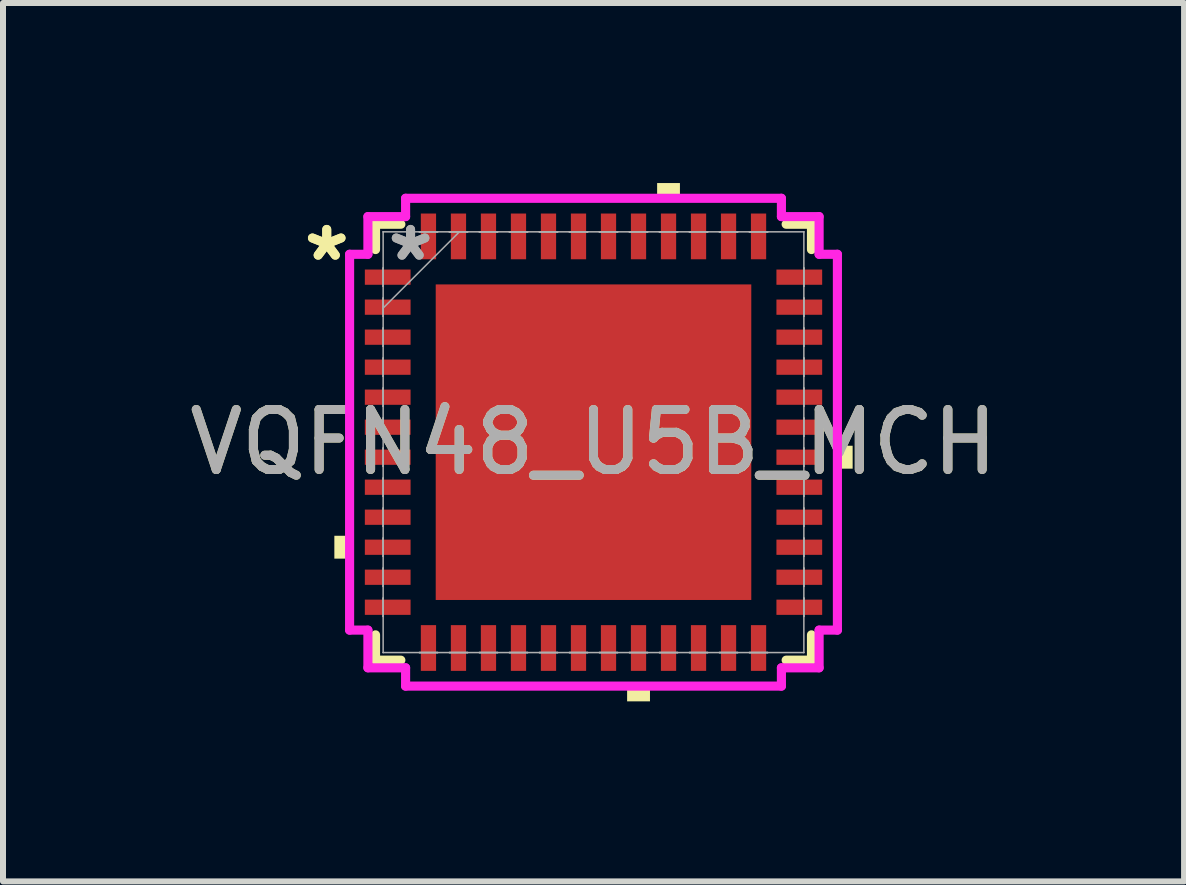
<source format=kicad_pcb>
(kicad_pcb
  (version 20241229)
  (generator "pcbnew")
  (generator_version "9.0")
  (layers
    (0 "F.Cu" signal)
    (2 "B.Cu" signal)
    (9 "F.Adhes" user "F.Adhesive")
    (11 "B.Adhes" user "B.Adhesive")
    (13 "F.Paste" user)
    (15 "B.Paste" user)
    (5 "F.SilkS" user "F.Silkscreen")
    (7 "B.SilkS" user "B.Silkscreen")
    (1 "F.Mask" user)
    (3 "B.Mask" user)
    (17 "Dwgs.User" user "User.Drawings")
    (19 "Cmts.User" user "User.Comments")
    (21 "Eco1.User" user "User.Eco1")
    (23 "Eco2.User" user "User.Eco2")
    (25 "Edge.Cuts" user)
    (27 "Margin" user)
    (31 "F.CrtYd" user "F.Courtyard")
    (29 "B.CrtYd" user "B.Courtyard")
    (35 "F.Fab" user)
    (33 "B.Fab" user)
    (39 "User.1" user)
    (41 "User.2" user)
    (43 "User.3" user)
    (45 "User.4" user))
  (footprint "VQFN48_U5B_MCH"
    (layer "F.Cu")
    (at 6.839 4.318)
    (property "Reference" "VQFN48_U5B_MCH" (at 0 0 0) (unlocked yes) (layer "F.SilkS") (effects (font (size 1 1) (thickness 0.15))))
    (attr smd)
    (fp_line (start -3.632 -3.632) (end -3.632 -3.21) (stroke (width 0.152) (type solid)) (layer "F.SilkS"))
    (fp_line (start -3.632 3.21) (end -3.632 3.632) (stroke (width 0.152) (type solid)) (layer "F.SilkS"))
    (fp_line (start -3.632 3.632) (end -3.21 3.632) (stroke (width 0.152) (type solid)) (layer "F.SilkS"))
    (fp_line (start -3.21 -3.632) (end -3.632 -3.632) (stroke (width 0.152) (type solid)) (layer "F.SilkS"))
    (fp_line (start 3.21 3.632) (end 3.632 3.632) (stroke (width 0.152) (type solid)) (layer "F.SilkS"))
    (fp_line (start 3.632 -3.632) (end 3.21 -3.632) (stroke (width 0.152) (type solid)) (layer "F.SilkS"))
    (fp_line (start 3.632 -3.21) (end 3.632 -3.632) (stroke (width 0.152) (type solid)) (layer "F.SilkS"))
    (fp_line (start 3.632 3.632) (end 3.632 3.21) (stroke (width 0.152) (type solid)) (layer "F.SilkS"))
    (fp_poly (pts (xy -4.318 1.559) (xy -4.318 1.94) (xy -4.064 1.94) (xy -4.064 1.559)) (stroke (width 0) (type solid)) (fill yes) (layer "F.SilkS"))
    (fp_poly (pts (xy 0.56 4.064) (xy 0.56 4.318) (xy 0.941 4.318) (xy 0.941 4.064)) (stroke (width 0) (type solid)) (fill yes) (layer "F.SilkS"))
    (fp_poly (pts (xy 1.06 -4.064) (xy 1.06 -4.318) (xy 1.44 -4.318) (xy 1.44 -4.064)) (stroke (width 0) (type solid)) (fill yes) (layer "F.SilkS"))
    (fp_poly (pts (xy 4.318 0.059) (xy 4.318 0.441) (xy 4.064 0.441) (xy 4.064 0.059)) (stroke (width 0) (type solid)) (fill yes) (layer "F.SilkS"))
    (fp_poly (pts (xy -2.529 -2.529) (xy -2.529 -1.414) (xy -1.414 -1.414) (xy -1.414 -2.529)) (stroke (width 0) (type solid)) (fill yes) (layer "F.Paste"))
    (fp_poly (pts (xy -2.529 -1.214) (xy -2.529 -0.1) (xy -1.414 -0.1) (xy -1.414 -1.214)) (stroke (width 0) (type solid)) (fill yes) (layer "F.Paste"))
    (fp_poly (pts (xy -2.529 0.1) (xy -2.529 1.214) (xy -1.414 1.214) (xy -1.414 0.1)) (stroke (width 0) (type solid)) (fill yes) (layer "F.Paste"))
    (fp_poly (pts (xy -2.529 1.414) (xy -2.529 2.529) (xy -1.414 2.529) (xy -1.414 1.414)) (stroke (width 0) (type solid)) (fill yes) (layer "F.Paste"))
    (fp_poly (pts (xy -1.214 -2.529) (xy -1.214 -1.414) (xy -0.1 -1.414) (xy -0.1 -2.529)) (stroke (width 0) (type solid)) (fill yes) (layer "F.Paste"))
    (fp_poly (pts (xy -1.214 -1.214) (xy -1.214 -0.1) (xy -0.1 -0.1) (xy -0.1 -1.214)) (stroke (width 0) (type solid)) (fill yes) (layer "F.Paste"))
    (fp_poly (pts (xy -1.214 0.1) (xy -1.214 1.214) (xy -0.1 1.214) (xy -0.1 0.1)) (stroke (width 0) (type solid)) (fill yes) (layer "F.Paste"))
    (fp_poly (pts (xy -1.214 1.414) (xy -1.214 2.529) (xy -0.1 2.529) (xy -0.1 1.414)) (stroke (width 0) (type solid)) (fill yes) (layer "F.Paste"))
    (fp_poly (pts (xy 0.1 -2.529) (xy 0.1 -1.414) (xy 1.214 -1.414) (xy 1.214 -2.529)) (stroke (width 0) (type solid)) (fill yes) (layer "F.Paste"))
    (fp_poly (pts (xy 0.1 -1.214) (xy 0.1 -0.1) (xy 1.214 -0.1) (xy 1.214 -1.214)) (stroke (width 0) (type solid)) (fill yes) (layer "F.Paste"))
    (fp_poly (pts (xy 0.1 0.1) (xy 0.1 1.214) (xy 1.214 1.214) (xy 1.214 0.1)) (stroke (width 0) (type solid)) (fill yes) (layer "F.Paste"))
    (fp_poly (pts (xy 0.1 1.414) (xy 0.1 2.529) (xy 1.214 2.529) (xy 1.214 1.414)) (stroke (width 0) (type solid)) (fill yes) (layer "F.Paste"))
    (fp_poly (pts (xy 1.414 -2.529) (xy 1.414 -1.414) (xy 2.529 -1.414) (xy 2.529 -2.529)) (stroke (width 0) (type solid)) (fill yes) (layer "F.Paste"))
    (fp_poly (pts (xy 1.414 -1.214) (xy 1.414 -0.1) (xy 2.529 -0.1) (xy 2.529 -1.214)) (stroke (width 0) (type solid)) (fill yes) (layer "F.Paste"))
    (fp_poly (pts (xy 1.414 0.1) (xy 1.414 1.214) (xy 2.529 1.214) (xy 2.529 0.1)) (stroke (width 0) (type solid)) (fill yes) (layer "F.Paste"))
    (fp_poly (pts (xy 1.414 1.414) (xy 1.414 2.529) (xy 2.529 2.529) (xy 2.529 1.414)) (stroke (width 0) (type solid)) (fill yes) (layer "F.Paste"))
    (fp_line (start -4.064 -3.131) (end -3.759 -3.131) (stroke (width 0.152) (type solid)) (layer "F.CrtYd"))
    (fp_line (start -4.064 3.131) (end -4.064 -3.131) (stroke (width 0.152) (type solid)) (layer "F.CrtYd"))
    (fp_line (start -3.759 -3.759) (end -3.131 -3.759) (stroke (width 0.152) (type solid)) (layer "F.CrtYd"))
    (fp_line (start -3.759 -3.131) (end -3.759 -3.759) (stroke (width 0.152) (type solid)) (layer "F.CrtYd"))
    (fp_line (start -3.759 3.131) (end -4.064 3.131) (stroke (width 0.152) (type solid)) (layer "F.CrtYd"))
    (fp_line (start -3.759 3.759) (end -3.759 3.131) (stroke (width 0.152) (type solid)) (layer "F.CrtYd"))
    (fp_line (start -3.131 -4.064) (end 3.131 -4.064) (stroke (width 0.152) (type solid)) (layer "F.CrtYd"))
    (fp_line (start -3.131 -3.759) (end -3.131 -4.064) (stroke (width 0.152) (type solid)) (layer "F.CrtYd"))
    (fp_line (start -3.131 3.759) (end -3.759 3.759) (stroke (width 0.152) (type solid)) (layer "F.CrtYd"))
    (fp_line (start -3.131 4.064) (end -3.131 3.759) (stroke (width 0.152) (type solid)) (layer "F.CrtYd"))
    (fp_line (start 3.131 -4.064) (end 3.131 -3.759) (stroke (width 0.152) (type solid)) (layer "F.CrtYd"))
    (fp_line (start 3.131 -3.759) (end 3.759 -3.759) (stroke (width 0.152) (type solid)) (layer "F.CrtYd"))
    (fp_line (start 3.131 3.759) (end 3.131 4.064) (stroke (width 0.152) (type solid)) (layer "F.CrtYd"))
    (fp_line (start 3.131 4.064) (end -3.131 4.064) (stroke (width 0.152) (type solid)) (layer "F.CrtYd"))
    (fp_line (start 3.759 -3.759) (end 3.759 -3.131) (stroke (width 0.152) (type solid)) (layer "F.CrtYd"))
    (fp_line (start 3.759 -3.131) (end 4.064 -3.131) (stroke (width 0.152) (type solid)) (layer "F.CrtYd"))
    (fp_line (start 3.759 3.131) (end 3.759 3.759) (stroke (width 0.152) (type solid)) (layer "F.CrtYd"))
    (fp_line (start 3.759 3.759) (end 3.131 3.759) (stroke (width 0.152) (type solid)) (layer "F.CrtYd"))
    (fp_line (start 4.064 -3.131) (end 4.064 3.131) (stroke (width 0.152) (type solid)) (layer "F.CrtYd"))
    (fp_line (start 4.064 3.131) (end 3.759 3.131) (stroke (width 0.152) (type solid)) (layer "F.CrtYd"))
    (fp_line (start -3.505 -3.505) (end -3.505 -3.505) (stroke (width 0.025) (type solid)) (layer "F.Fab"))
    (fp_line (start -3.505 -3.505) (end -3.505 3.505) (stroke (width 0.025) (type solid)) (layer "F.Fab"))
    (fp_line (start -3.505 -2.902) (end -3.505 -2.902) (stroke (width 0.025) (type solid)) (layer "F.Fab"))
    (fp_line (start -3.505 -2.902) (end -3.505 -2.598) (stroke (width 0.025) (type solid)) (layer "F.Fab"))
    (fp_line (start -3.505 -2.598) (end -3.505 -2.902) (stroke (width 0.025) (type solid)) (layer "F.Fab"))
    (fp_line (start -3.505 -2.598) (end -3.505 -2.598) (stroke (width 0.025) (type solid)) (layer "F.Fab"))
    (fp_line (start -3.505 -2.402) (end -3.505 -2.402) (stroke (width 0.025) (type solid)) (layer "F.Fab"))
    (fp_line (start -3.505 -2.402) (end -3.505 -2.098) (stroke (width 0.025) (type solid)) (layer "F.Fab"))
    (fp_line (start -3.505 -2.235) (end -2.235 -3.505) (stroke (width 0.025) (type solid)) (layer "F.Fab"))
    (fp_line (start -3.505 -2.098) (end -3.505 -2.402) (stroke (width 0.025) (type solid)) (layer "F.Fab"))
    (fp_line (start -3.505 -2.098) (end -3.505 -2.098) (stroke (width 0.025) (type solid)) (layer "F.Fab"))
    (fp_line (start -3.505 -1.902) (end -3.505 -1.902) (stroke (width 0.025) (type solid)) (layer "F.Fab"))
    (fp_line (start -3.505 -1.902) (end -3.505 -1.598) (stroke (width 0.025) (type solid)) (layer "F.Fab"))
    (fp_line (start -3.505 -1.598) (end -3.505 -1.902) (stroke (width 0.025) (type solid)) (layer "F.Fab"))
    (fp_line (start -3.505 -1.598) (end -3.505 -1.598) (stroke (width 0.025) (type solid)) (layer "F.Fab"))
    (fp_line (start -3.505 -1.402) (end -3.505 -1.402) (stroke (width 0.025) (type solid)) (layer "F.Fab"))
    (fp_line (start -3.505 -1.402) (end -3.505 -1.098) (stroke (width 0.025) (type solid)) (layer "F.Fab"))
    (fp_line (start -3.505 -1.098) (end -3.505 -1.402) (stroke (width 0.025) (type solid)) (layer "F.Fab"))
    (fp_line (start -3.505 -1.098) (end -3.505 -1.098) (stroke (width 0.025) (type solid)) (layer "F.Fab"))
    (fp_line (start -3.505 -0.902) (end -3.505 -0.902) (stroke (width 0.025) (type solid)) (layer "F.Fab"))
    (fp_line (start -3.505 -0.902) (end -3.505 -0.598) (stroke (width 0.025) (type solid)) (layer "F.Fab"))
    (fp_line (start -3.505 -0.598) (end -3.505 -0.902) (stroke (width 0.025) (type solid)) (layer "F.Fab"))
    (fp_line (start -3.505 -0.598) (end -3.505 -0.598) (stroke (width 0.025) (type solid)) (layer "F.Fab"))
    (fp_line (start -3.505 -0.402) (end -3.505 -0.402) (stroke (width 0.025) (type solid)) (layer "F.Fab"))
    (fp_line (start -3.505 -0.402) (end -3.505 -0.098) (stroke (width 0.025) (type solid)) (layer "F.Fab"))
    (fp_line (start -3.505 -0.098) (end -3.505 -0.402) (stroke (width 0.025) (type solid)) (layer "F.Fab"))
    (fp_line (start -3.505 -0.098) (end -3.505 -0.098) (stroke (width 0.025) (type solid)) (layer "F.Fab"))
    (fp_line (start -3.505 0.098) (end -3.505 0.098) (stroke (width 0.025) (type solid)) (layer "F.Fab"))
    (fp_line (start -3.505 0.098) (end -3.505 0.402) (stroke (width 0.025) (type solid)) (layer "F.Fab"))
    (fp_line (start -3.505 0.402) (end -3.505 0.098) (stroke (width 0.025) (type solid)) (layer "F.Fab"))
    (fp_line (start -3.505 0.402) (end -3.505 0.402) (stroke (width 0.025) (type solid)) (layer "F.Fab"))
    (fp_line (start -3.505 0.598) (end -3.505 0.598) (stroke (width 0.025) (type solid)) (layer "F.Fab"))
    (fp_line (start -3.505 0.598) (end -3.505 0.902) (stroke (width 0.025) (type solid)) (layer "F.Fab"))
    (fp_line (start -3.505 0.902) (end -3.505 0.598) (stroke (width 0.025) (type solid)) (layer "F.Fab"))
    (fp_line (start -3.505 0.902) (end -3.505 0.902) (stroke (width 0.025) (type solid)) (layer "F.Fab"))
    (fp_line (start -3.505 1.098) (end -3.505 1.098) (stroke (width 0.025) (type solid)) (layer "F.Fab"))
    (fp_line (start -3.505 1.098) (end -3.505 1.402) (stroke (width 0.025) (type solid)) (layer "F.Fab"))
    (fp_line (start -3.505 1.402) (end -3.505 1.098) (stroke (width 0.025) (type solid)) (layer "F.Fab"))
    (fp_line (start -3.505 1.402) (end -3.505 1.402) (stroke (width 0.025) (type solid)) (layer "F.Fab"))
    (fp_line (start -3.505 1.598) (end -3.505 1.598) (stroke (width 0.025) (type solid)) (layer "F.Fab"))
    (fp_line (start -3.505 1.598) (end -3.505 1.902) (stroke (width 0.025) (type solid)) (layer "F.Fab"))
    (fp_line (start -3.505 1.902) (end -3.505 1.598) (stroke (width 0.025) (type solid)) (layer "F.Fab"))
    (fp_line (start -3.505 1.902) (end -3.505 1.902) (stroke (width 0.025) (type solid)) (layer "F.Fab"))
    (fp_line (start -3.505 2.098) (end -3.505 2.098) (stroke (width 0.025) (type solid)) (layer "F.Fab"))
    (fp_line (start -3.505 2.098) (end -3.505 2.402) (stroke (width 0.025) (type solid)) (layer "F.Fab"))
    (fp_line (start -3.505 2.402) (end -3.505 2.098) (stroke (width 0.025) (type solid)) (layer "F.Fab"))
    (fp_line (start -3.505 2.402) (end -3.505 2.402) (stroke (width 0.025) (type solid)) (layer "F.Fab"))
    (fp_line (start -3.505 2.598) (end -3.505 2.598) (stroke (width 0.025) (type solid)) (layer "F.Fab"))
    (fp_line (start -3.505 2.598) (end -3.505 2.902) (stroke (width 0.025) (type solid)) (layer "F.Fab"))
    (fp_line (start -3.505 2.902) (end -3.505 2.598) (stroke (width 0.025) (type solid)) (layer "F.Fab"))
    (fp_line (start -3.505 2.902) (end -3.505 2.902) (stroke (width 0.025) (type solid)) (layer "F.Fab"))
    (fp_line (start -3.505 3.505) (end -3.505 3.505) (stroke (width 0.025) (type solid)) (layer "F.Fab"))
    (fp_line (start -3.505 3.505) (end 3.505 3.505) (stroke (width 0.025) (type solid)) (layer "F.Fab"))
    (fp_line (start -2.902 -3.505) (end -2.902 -3.505) (stroke (width 0.025) (type solid)) (layer "F.Fab"))
    (fp_line (start -2.902 -3.505) (end -2.598 -3.505) (stroke (width 0.025) (type solid)) (layer "F.Fab"))
    (fp_line (start -2.902 3.505) (end -2.902 3.505) (stroke (width 0.025) (type solid)) (layer "F.Fab"))
    (fp_line (start -2.902 3.505) (end -2.598 3.505) (stroke (width 0.025) (type solid)) (layer "F.Fab"))
    (fp_line (start -2.598 -3.505) (end -2.902 -3.505) (stroke (width 0.025) (type solid)) (layer "F.Fab"))
    (fp_line (start -2.598 -3.505) (end -2.598 -3.505) (stroke (width 0.025) (type solid)) (layer "F.Fab"))
    (fp_line (start -2.598 3.505) (end -2.902 3.505) (stroke (width 0.025) (type solid)) (layer "F.Fab"))
    (fp_line (start -2.598 3.505) (end -2.598 3.505) (stroke (width 0.025) (type solid)) (layer "F.Fab"))
    (fp_line (start -2.402 -3.505) (end -2.402 -3.505) (stroke (width 0.025) (type solid)) (layer "F.Fab"))
    (fp_line (start -2.402 -3.505) (end -2.098 -3.505) (stroke (width 0.025) (type solid)) (layer "F.Fab"))
    (fp_line (start -2.402 3.505) (end -2.402 3.505) (stroke (width 0.025) (type solid)) (layer "F.Fab"))
    (fp_line (start -2.402 3.505) (end -2.098 3.505) (stroke (width 0.025) (type solid)) (layer "F.Fab"))
    (fp_line (start -2.098 -3.505) (end -2.402 -3.505) (stroke (width 0.025) (type solid)) (layer "F.Fab"))
    (fp_line (start -2.098 -3.505) (end -2.098 -3.505) (stroke (width 0.025) (type solid)) (layer "F.Fab"))
    (fp_line (start -2.098 3.505) (end -2.402 3.505) (stroke (width 0.025) (type solid)) (layer "F.Fab"))
    (fp_line (start -2.098 3.505) (end -2.098 3.505) (stroke (width 0.025) (type solid)) (layer "F.Fab"))
    (fp_line (start -1.902 -3.505) (end -1.902 -3.505) (stroke (width 0.025) (type solid)) (layer "F.Fab"))
    (fp_line (start -1.902 -3.505) (end -1.598 -3.505) (stroke (width 0.025) (type solid)) (layer "F.Fab"))
    (fp_line (start -1.902 3.505) (end -1.902 3.505) (stroke (width 0.025) (type solid)) (layer "F.Fab"))
    (fp_line (start -1.902 3.505) (end -1.598 3.505) (stroke (width 0.025) (type solid)) (layer "F.Fab"))
    (fp_line (start -1.598 -3.505) (end -1.902 -3.505) (stroke (width 0.025) (type solid)) (layer "F.Fab"))
    (fp_line (start -1.598 -3.505) (end -1.598 -3.505) (stroke (width 0.025) (type solid)) (layer "F.Fab"))
    (fp_line (start -1.598 3.505) (end -1.902 3.505) (stroke (width 0.025) (type solid)) (layer "F.Fab"))
    (fp_line (start -1.598 3.505) (end -1.598 3.505) (stroke (width 0.025) (type solid)) (layer "F.Fab"))
    (fp_line (start -1.402 -3.505) (end -1.402 -3.505) (stroke (width 0.025) (type solid)) (layer "F.Fab"))
    (fp_line (start -1.402 -3.505) (end -1.098 -3.505) (stroke (width 0.025) (type solid)) (layer "F.Fab"))
    (fp_line (start -1.402 3.505) (end -1.402 3.505) (stroke (width 0.025) (type solid)) (layer "F.Fab"))
    (fp_line (start -1.402 3.505) (end -1.098 3.505) (stroke (width 0.025) (type solid)) (layer "F.Fab"))
    (fp_line (start -1.098 -3.505) (end -1.402 -3.505) (stroke (width 0.025) (type solid)) (layer "F.Fab"))
    (fp_line (start -1.098 -3.505) (end -1.098 -3.505) (stroke (width 0.025) (type solid)) (layer "F.Fab"))
    (fp_line (start -1.098 3.505) (end -1.402 3.505) (stroke (width 0.025) (type solid)) (layer "F.Fab"))
    (fp_line (start -1.098 3.505) (end -1.098 3.505) (stroke (width 0.025) (type solid)) (layer "F.Fab"))
    (fp_line (start -0.902 -3.505) (end -0.902 -3.505) (stroke (width 0.025) (type solid)) (layer "F.Fab"))
    (fp_line (start -0.902 -3.505) (end -0.598 -3.505) (stroke (width 0.025) (type solid)) (layer "F.Fab"))
    (fp_line (start -0.902 3.505) (end -0.902 3.505) (stroke (width 0.025) (type solid)) (layer "F.Fab"))
    (fp_line (start -0.902 3.505) (end -0.598 3.505) (stroke (width 0.025) (type solid)) (layer "F.Fab"))
    (fp_line (start -0.598 -3.505) (end -0.902 -3.505) (stroke (width 0.025) (type solid)) (layer "F.Fab"))
    (fp_line (start -0.598 -3.505) (end -0.598 -3.505) (stroke (width 0.025) (type solid)) (layer "F.Fab"))
    (fp_line (start -0.598 3.505) (end -0.902 3.505) (stroke (width 0.025) (type solid)) (layer "F.Fab"))
    (fp_line (start -0.598 3.505) (end -0.598 3.505) (stroke (width 0.025) (type solid)) (layer "F.Fab"))
    (fp_line (start -0.402 -3.505) (end -0.402 -3.505) (stroke (width 0.025) (type solid)) (layer "F.Fab"))
    (fp_line (start -0.402 -3.505) (end -0.098 -3.505) (stroke (width 0.025) (type solid)) (layer "F.Fab"))
    (fp_line (start -0.402 3.505) (end -0.402 3.505) (stroke (width 0.025) (type solid)) (layer "F.Fab"))
    (fp_line (start -0.402 3.505) (end -0.098 3.505) (stroke (width 0.025) (type solid)) (layer "F.Fab"))
    (fp_line (start -0.098 -3.505) (end -0.402 -3.505) (stroke (width 0.025) (type solid)) (layer "F.Fab"))
    (fp_line (start -0.098 -3.505) (end -0.098 -3.505) (stroke (width 0.025) (type solid)) (layer "F.Fab"))
    (fp_line (start -0.098 3.505) (end -0.402 3.505) (stroke (width 0.025) (type solid)) (layer "F.Fab"))
    (fp_line (start -0.098 3.505) (end -0.098 3.505) (stroke (width 0.025) (type solid)) (layer "F.Fab"))
    (fp_line (start 0.098 -3.505) (end 0.098 -3.505) (stroke (width 0.025) (type solid)) (layer "F.Fab"))
    (fp_line (start 0.098 -3.505) (end 0.402 -3.505) (stroke (width 0.025) (type solid)) (layer "F.Fab"))
    (fp_line (start 0.098 3.505) (end 0.098 3.505) (stroke (width 0.025) (type solid)) (layer "F.Fab"))
    (fp_line (start 0.098 3.505) (end 0.402 3.505) (stroke (width 0.025) (type solid)) (layer "F.Fab"))
    (fp_line (start 0.402 -3.505) (end 0.098 -3.505) (stroke (width 0.025) (type solid)) (layer "F.Fab"))
    (fp_line (start 0.402 -3.505) (end 0.402 -3.505) (stroke (width 0.025) (type solid)) (layer "F.Fab"))
    (fp_line (start 0.402 3.505) (end 0.098 3.505) (stroke (width 0.025) (type solid)) (layer "F.Fab"))
    (fp_line (start 0.402 3.505) (end 0.402 3.505) (stroke (width 0.025) (type solid)) (layer "F.Fab"))
    (fp_line (start 0.598 -3.505) (end 0.598 -3.505) (stroke (width 0.025) (type solid)) (layer "F.Fab"))
    (fp_line (start 0.598 -3.505) (end 0.902 -3.505) (stroke (width 0.025) (type solid)) (layer "F.Fab"))
    (fp_line (start 0.598 3.505) (end 0.598 3.505) (stroke (width 0.025) (type solid)) (layer "F.Fab"))
    (fp_line (start 0.598 3.505) (end 0.902 3.505) (stroke (width 0.025) (type solid)) (layer "F.Fab"))
    (fp_line (start 0.902 -3.505) (end 0.598 -3.505) (stroke (width 0.025) (type solid)) (layer "F.Fab"))
    (fp_line (start 0.902 -3.505) (end 0.902 -3.505) (stroke (width 0.025) (type solid)) (layer "F.Fab"))
    (fp_line (start 0.902 3.505) (end 0.598 3.505) (stroke (width 0.025) (type solid)) (layer "F.Fab"))
    (fp_line (start 0.902 3.505) (end 0.902 3.505) (stroke (width 0.025) (type solid)) (layer "F.Fab"))
    (fp_line (start 1.098 -3.505) (end 1.098 -3.505) (stroke (width 0.025) (type solid)) (layer "F.Fab"))
    (fp_line (start 1.098 -3.505) (end 1.402 -3.505) (stroke (width 0.025) (type solid)) (layer "F.Fab"))
    (fp_line (start 1.098 3.505) (end 1.098 3.505) (stroke (width 0.025) (type solid)) (layer "F.Fab"))
    (fp_line (start 1.098 3.505) (end 1.402 3.505) (stroke (width 0.025) (type solid)) (layer "F.Fab"))
    (fp_line (start 1.402 -3.505) (end 1.098 -3.505) (stroke (width 0.025) (type solid)) (layer "F.Fab"))
    (fp_line (start 1.402 -3.505) (end 1.402 -3.505) (stroke (width 0.025) (type solid)) (layer "F.Fab"))
    (fp_line (start 1.402 3.505) (end 1.098 3.505) (stroke (width 0.025) (type solid)) (layer "F.Fab"))
    (fp_line (start 1.402 3.505) (end 1.402 3.505) (stroke (width 0.025) (type solid)) (layer "F.Fab"))
    (fp_line (start 1.598 -3.505) (end 1.598 -3.505) (stroke (width 0.025) (type solid)) (layer "F.Fab"))
    (fp_line (start 1.598 -3.505) (end 1.902 -3.505) (stroke (width 0.025) (type solid)) (layer "F.Fab"))
    (fp_line (start 1.598 3.505) (end 1.598 3.505) (stroke (width 0.025) (type solid)) (layer "F.Fab"))
    (fp_line (start 1.598 3.505) (end 1.902 3.505) (stroke (width 0.025) (type solid)) (layer "F.Fab"))
    (fp_line (start 1.902 -3.505) (end 1.598 -3.505) (stroke (width 0.025) (type solid)) (layer "F.Fab"))
    (fp_line (start 1.902 -3.505) (end 1.902 -3.505) (stroke (width 0.025) (type solid)) (layer "F.Fab"))
    (fp_line (start 1.902 3.505) (end 1.598 3.505) (stroke (width 0.025) (type solid)) (layer "F.Fab"))
    (fp_line (start 1.902 3.505) (end 1.902 3.505) (stroke (width 0.025) (type solid)) (layer "F.Fab"))
    (fp_line (start 2.098 -3.505) (end 2.098 -3.505) (stroke (width 0.025) (type solid)) (layer "F.Fab"))
    (fp_line (start 2.098 -3.505) (end 2.402 -3.505) (stroke (width 0.025) (type solid)) (layer "F.Fab"))
    (fp_line (start 2.098 3.505) (end 2.098 3.505) (stroke (width 0.025) (type solid)) (layer "F.Fab"))
    (fp_line (start 2.098 3.505) (end 2.402 3.505) (stroke (width 0.025) (type solid)) (layer "F.Fab"))
    (fp_line (start 2.402 -3.505) (end 2.098 -3.505) (stroke (width 0.025) (type solid)) (layer "F.Fab"))
    (fp_line (start 2.402 -3.505) (end 2.402 -3.505) (stroke (width 0.025) (type solid)) (layer "F.Fab"))
    (fp_line (start 2.402 3.505) (end 2.098 3.505) (stroke (width 0.025) (type solid)) (layer "F.Fab"))
    (fp_line (start 2.402 3.505) (end 2.402 3.505) (stroke (width 0.025) (type solid)) (layer "F.Fab"))
    (fp_line (start 2.598 -3.505) (end 2.598 -3.505) (stroke (width 0.025) (type solid)) (layer "F.Fab"))
    (fp_line (start 2.598 -3.505) (end 2.902 -3.505) (stroke (width 0.025) (type solid)) (layer "F.Fab"))
    (fp_line (start 2.598 3.505) (end 2.598 3.505) (stroke (width 0.025) (type solid)) (layer "F.Fab"))
    (fp_line (start 2.598 3.505) (end 2.902 3.505) (stroke (width 0.025) (type solid)) (layer "F.Fab"))
    (fp_line (start 2.902 -3.505) (end 2.598 -3.505) (stroke (width 0.025) (type solid)) (layer "F.Fab"))
    (fp_line (start 2.902 -3.505) (end 2.902 -3.505) (stroke (width 0.025) (type solid)) (layer "F.Fab"))
    (fp_line (start 2.902 3.505) (end 2.598 3.505) (stroke (width 0.025) (type solid)) (layer "F.Fab"))
    (fp_line (start 2.902 3.505) (end 2.902 3.505) (stroke (width 0.025) (type solid)) (layer "F.Fab"))
    (fp_line (start 3.505 -3.505) (end -3.505 -3.505) (stroke (width 0.025) (type solid)) (layer "F.Fab"))
    (fp_line (start 3.505 -3.505) (end 3.505 -3.505) (stroke (width 0.025) (type solid)) (layer "F.Fab"))
    (fp_line (start 3.505 -2.902) (end 3.505 -2.902) (stroke (width 0.025) (type solid)) (layer "F.Fab"))
    (fp_line (start 3.505 -2.902) (end 3.505 -2.598) (stroke (width 0.025) (type solid)) (layer "F.Fab"))
    (fp_line (start 3.505 -2.598) (end 3.505 -2.902) (stroke (width 0.025) (type solid)) (layer "F.Fab"))
    (fp_line (start 3.505 -2.598) (end 3.505 -2.598) (stroke (width 0.025) (type solid)) (layer "F.Fab"))
    (fp_line (start 3.505 -2.402) (end 3.505 -2.402) (stroke (width 0.025) (type solid)) (layer "F.Fab"))
    (fp_line (start 3.505 -2.402) (end 3.505 -2.098) (stroke (width 0.025) (type solid)) (layer "F.Fab"))
    (fp_line (start 3.505 -2.098) (end 3.505 -2.402) (stroke (width 0.025) (type solid)) (layer "F.Fab"))
    (fp_line (start 3.505 -2.098) (end 3.505 -2.098) (stroke (width 0.025) (type solid)) (layer "F.Fab"))
    (fp_line (start 3.505 -1.902) (end 3.505 -1.902) (stroke (width 0.025) (type solid)) (layer "F.Fab"))
    (fp_line (start 3.505 -1.902) (end 3.505 -1.598) (stroke (width 0.025) (type solid)) (layer "F.Fab"))
    (fp_line (start 3.505 -1.598) (end 3.505 -1.902) (stroke (width 0.025) (type solid)) (layer "F.Fab"))
    (fp_line (start 3.505 -1.598) (end 3.505 -1.598) (stroke (width 0.025) (type solid)) (layer "F.Fab"))
    (fp_line (start 3.505 -1.402) (end 3.505 -1.402) (stroke (width 0.025) (type solid)) (layer "F.Fab"))
    (fp_line (start 3.505 -1.402) (end 3.505 -1.098) (stroke (width 0.025) (type solid)) (layer "F.Fab"))
    (fp_line (start 3.505 -1.098) (end 3.505 -1.402) (stroke (width 0.025) (type solid)) (layer "F.Fab"))
    (fp_line (start 3.505 -1.098) (end 3.505 -1.098) (stroke (width 0.025) (type solid)) (layer "F.Fab"))
    (fp_line (start 3.505 -0.902) (end 3.505 -0.902) (stroke (width 0.025) (type solid)) (layer "F.Fab"))
    (fp_line (start 3.505 -0.902) (end 3.505 -0.598) (stroke (width 0.025) (type solid)) (layer "F.Fab"))
    (fp_line (start 3.505 -0.598) (end 3.505 -0.902) (stroke (width 0.025) (type solid)) (layer "F.Fab"))
    (fp_line (start 3.505 -0.598) (end 3.505 -0.598) (stroke (width 0.025) (type solid)) (layer "F.Fab"))
    (fp_line (start 3.505 -0.402) (end 3.505 -0.402) (stroke (width 0.025) (type solid)) (layer "F.Fab"))
    (fp_line (start 3.505 -0.402) (end 3.505 -0.098) (stroke (width 0.025) (type solid)) (layer "F.Fab"))
    (fp_line (start 3.505 -0.098) (end 3.505 -0.402) (stroke (width 0.025) (type solid)) (layer "F.Fab"))
    (fp_line (start 3.505 -0.098) (end 3.505 -0.098) (stroke (width 0.025) (type solid)) (layer "F.Fab"))
    (fp_line (start 3.505 0.098) (end 3.505 0.098) (stroke (width 0.025) (type solid)) (layer "F.Fab"))
    (fp_line (start 3.505 0.098) (end 3.505 0.402) (stroke (width 0.025) (type solid)) (layer "F.Fab"))
    (fp_line (start 3.505 0.402) (end 3.505 0.098) (stroke (width 0.025) (type solid)) (layer "F.Fab"))
    (fp_line (start 3.505 0.402) (end 3.505 0.402) (stroke (width 0.025) (type solid)) (layer "F.Fab"))
    (fp_line (start 3.505 0.598) (end 3.505 0.598) (stroke (width 0.025) (type solid)) (layer "F.Fab"))
    (fp_line (start 3.505 0.598) (end 3.505 0.902) (stroke (width 0.025) (type solid)) (layer "F.Fab"))
    (fp_line (start 3.505 0.902) (end 3.505 0.598) (stroke (width 0.025) (type solid)) (layer "F.Fab"))
    (fp_line (start 3.505 0.902) (end 3.505 0.902) (stroke (width 0.025) (type solid)) (layer "F.Fab"))
    (fp_line (start 3.505 1.098) (end 3.505 1.098) (stroke (width 0.025) (type solid)) (layer "F.Fab"))
    (fp_line (start 3.505 1.098) (end 3.505 1.402) (stroke (width 0.025) (type solid)) (layer "F.Fab"))
    (fp_line (start 3.505 1.402) (end 3.505 1.098) (stroke (width 0.025) (type solid)) (layer "F.Fab"))
    (fp_line (start 3.505 1.402) (end 3.505 1.402) (stroke (width 0.025) (type solid)) (layer "F.Fab"))
    (fp_line (start 3.505 1.598) (end 3.505 1.598) (stroke (width 0.025) (type solid)) (layer "F.Fab"))
    (fp_line (start 3.505 1.598) (end 3.505 1.902) (stroke (width 0.025) (type solid)) (layer "F.Fab"))
    (fp_line (start 3.505 1.902) (end 3.505 1.598) (stroke (width 0.025) (type solid)) (layer "F.Fab"))
    (fp_line (start 3.505 1.902) (end 3.505 1.902) (stroke (width 0.025) (type solid)) (layer "F.Fab"))
    (fp_line (start 3.505 2.098) (end 3.505 2.098) (stroke (width 0.025) (type solid)) (layer "F.Fab"))
    (fp_line (start 3.505 2.098) (end 3.505 2.402) (stroke (width 0.025) (type solid)) (layer "F.Fab"))
    (fp_line (start 3.505 2.402) (end 3.505 2.098) (stroke (width 0.025) (type solid)) (layer "F.Fab"))
    (fp_line (start 3.505 2.402) (end 3.505 2.402) (stroke (width 0.025) (type solid)) (layer "F.Fab"))
    (fp_line (start 3.505 2.598) (end 3.505 2.598) (stroke (width 0.025) (type solid)) (layer "F.Fab"))
    (fp_line (start 3.505 2.598) (end 3.505 2.902) (stroke (width 0.025) (type solid)) (layer "F.Fab"))
    (fp_line (start 3.505 2.902) (end 3.505 2.598) (stroke (width 0.025) (type solid)) (layer "F.Fab"))
    (fp_line (start 3.505 2.902) (end 3.505 2.902) (stroke (width 0.025) (type solid)) (layer "F.Fab"))
    (fp_line (start 3.505 3.505) (end 3.505 -3.505) (stroke (width 0.025) (type solid)) (layer "F.Fab"))
    (fp_line (start 3.505 3.505) (end 3.505 3.505) (stroke (width 0.025) (type solid)) (layer "F.Fab"))
    (fp_text user "*" (at -4.445 -3 0) (unlocked yes) (layer "F.SilkS") (effects (font (size 1 1) (thickness 0.15))))
    (fp_text user "*" (at -4.445 -3 0) (layer "F.SilkS") (effects (font (size 1 1) (thickness 0.15))))
    (fp_text user "*" (at -3.048 -3 0) (unlocked yes) (layer "F.Fab") (effects (font (size 1 1) (thickness 0.15))))
    (fp_text user "*" (at -3.048 -3 0) (layer "F.Fab") (effects (font (size 1 1) (thickness 0.15))))
    (fp_text user "${REFERENCE}" (at 0 0 0) (unlocked yes) (layer "F.Fab") (effects (font (size 1 1) (thickness 0.15))))
    (pad "1" smd rect (at -3.429 -2.75 90) (size 0.254 0.762) (layers "F.Cu" "F.Mask" "F.Paste"))
    (pad "2" smd rect (at -3.429 -2.25 90) (size 0.254 0.762) (layers "F.Cu" "F.Mask" "F.Paste"))
    (pad "3" smd rect (at -3.429 -1.75 90) (size 0.254 0.762) (layers "F.Cu" "F.Mask" "F.Paste"))
    (pad "4" smd rect (at -3.429 -1.25 90) (size 0.254 0.762) (layers "F.Cu" "F.Mask" "F.Paste"))
    (pad "5" smd rect (at -3.429 -0.75 90) (size 0.254 0.762) (layers "F.Cu" "F.Mask" "F.Paste"))
    (pad "6" smd rect (at -3.429 -0.25 90) (size 0.254 0.762) (layers "F.Cu" "F.Mask" "F.Paste"))
    (pad "7" smd rect (at -3.429 0.25 90) (size 0.254 0.762) (layers "F.Cu" "F.Mask" "F.Paste"))
    (pad "8" smd rect (at -3.429 0.75 90) (size 0.254 0.762) (layers "F.Cu" "F.Mask" "F.Paste"))
    (pad "9" smd rect (at -3.429 1.25 90) (size 0.254 0.762) (layers "F.Cu" "F.Mask" "F.Paste"))
    (pad "10" smd rect (at -3.429 1.75 90) (size 0.254 0.762) (layers "F.Cu" "F.Mask" "F.Paste"))
    (pad "11" smd rect (at -3.429 2.25 90) (size 0.254 0.762) (layers "F.Cu" "F.Mask" "F.Paste"))
    (pad "12" smd rect (at -3.429 2.75 90) (size 0.254 0.762) (layers "F.Cu" "F.Mask" "F.Paste"))
    (pad "13" smd rect (at -2.75 3.429) (size 0.254 0.762) (layers "F.Cu" "F.Mask" "F.Paste"))
    (pad "14" smd rect (at -2.25 3.429) (size 0.254 0.762) (layers "F.Cu" "F.Mask" "F.Paste"))
    (pad "15" smd rect (at -1.75 3.429) (size 0.254 0.762) (layers "F.Cu" "F.Mask" "F.Paste"))
    (pad "16" smd rect (at -1.25 3.429) (size 0.254 0.762) (layers "F.Cu" "F.Mask" "F.Paste"))
    (pad "17" smd rect (at -0.75 3.429) (size 0.254 0.762) (layers "F.Cu" "F.Mask" "F.Paste"))
    (pad "18" smd rect (at -0.25 3.429) (size 0.254 0.762) (layers "F.Cu" "F.Mask" "F.Paste"))
    (pad "19" smd rect (at 0.25 3.429) (size 0.254 0.762) (layers "F.Cu" "F.Mask" "F.Paste"))
    (pad "20" smd rect (at 0.75 3.429) (size 0.254 0.762) (layers "F.Cu" "F.Mask" "F.Paste"))
    (pad "21" smd rect (at 1.25 3.429) (size 0.254 0.762) (layers "F.Cu" "F.Mask" "F.Paste"))
    (pad "22" smd rect (at 1.75 3.429) (size 0.254 0.762) (layers "F.Cu" "F.Mask" "F.Paste"))
    (pad "23" smd rect (at 2.25 3.429) (size 0.254 0.762) (layers "F.Cu" "F.Mask" "F.Paste"))
    (pad "24" smd rect (at 2.75 3.429) (size 0.254 0.762) (layers "F.Cu" "F.Mask" "F.Paste"))
    (pad "25" smd rect (at 3.429 2.75 90) (size 0.254 0.762) (layers "F.Cu" "F.Mask" "F.Paste"))
    (pad "26" smd rect (at 3.429 2.25 90) (size 0.254 0.762) (layers "F.Cu" "F.Mask" "F.Paste"))
    (pad "27" smd rect (at 3.429 1.75 90) (size 0.254 0.762) (layers "F.Cu" "F.Mask" "F.Paste"))
    (pad "28" smd rect (at 3.429 1.25 90) (size 0.254 0.762) (layers "F.Cu" "F.Mask" "F.Paste"))
    (pad "29" smd rect (at 3.429 0.75 90) (size 0.254 0.762) (layers "F.Cu" "F.Mask" "F.Paste"))
    (pad "30" smd rect (at 3.429 0.25 90) (size 0.254 0.762) (layers "F.Cu" "F.Mask" "F.Paste"))
    (pad "31" smd rect (at 3.429 -0.25 90) (size 0.254 0.762) (layers "F.Cu" "F.Mask" "F.Paste"))
    (pad "32" smd rect (at 3.429 -0.75 90) (size 0.254 0.762) (layers "F.Cu" "F.Mask" "F.Paste"))
    (pad "33" smd rect (at 3.429 -1.25 90) (size 0.254 0.762) (layers "F.Cu" "F.Mask" "F.Paste"))
    (pad "34" smd rect (at 3.429 -1.75 90) (size 0.254 0.762) (layers "F.Cu" "F.Mask" "F.Paste"))
    (pad "35" smd rect (at 3.429 -2.25 90) (size 0.254 0.762) (layers "F.Cu" "F.Mask" "F.Paste"))
    (pad "36" smd rect (at 3.429 -2.75 90) (size 0.254 0.762) (layers "F.Cu" "F.Mask" "F.Paste"))
    (pad "37" smd rect (at 2.75 -3.429) (size 0.254 0.762) (layers "F.Cu" "F.Mask" "F.Paste"))
    (pad "38" smd rect (at 2.25 -3.429) (size 0.254 0.762) (layers "F.Cu" "F.Mask" "F.Paste"))
    (pad "39" smd rect (at 1.75 -3.429) (size 0.254 0.762) (layers "F.Cu" "F.Mask" "F.Paste"))
    (pad "40" smd rect (at 1.25 -3.429) (size 0.254 0.762) (layers "F.Cu" "F.Mask" "F.Paste"))
    (pad "41" smd rect (at 0.75 -3.429) (size 0.254 0.762) (layers "F.Cu" "F.Mask" "F.Paste"))
    (pad "42" smd rect (at 0.25 -3.429) (size 0.254 0.762) (layers "F.Cu" "F.Mask" "F.Paste"))
    (pad "43" smd rect (at -0.25 -3.429) (size 0.254 0.762) (layers "F.Cu" "F.Mask" "F.Paste"))
    (pad "44" smd rect (at -0.75 -3.429) (size 0.254 0.762) (layers "F.Cu" "F.Mask" "F.Paste"))
    (pad "45" smd rect (at -1.25 -3.429) (size 0.254 0.762) (layers "F.Cu" "F.Mask" "F.Paste"))
    (pad "46" smd rect (at -1.75 -3.429) (size 0.254 0.762) (layers "F.Cu" "F.Mask" "F.Paste"))
    (pad "47" smd rect (at -2.25 -3.429) (size 0.254 0.762) (layers "F.Cu" "F.Mask" "F.Paste"))
    (pad "48" smd rect (at -2.75 -3.429) (size 0.254 0.762) (layers "F.Cu" "F.Mask" "F.Paste"))
    (pad "49" smd rect (at 0 0) (size 5.258 5.258) (layers "F.Cu" "F.Mask" "F.Paste")))
  (gr_rect
    (start -3 -3)
    (end 16.679 11.636)
    (stroke (width 0.1) (type default))
    (fill no)
    (layer "Edge.Cuts")))
</source>
